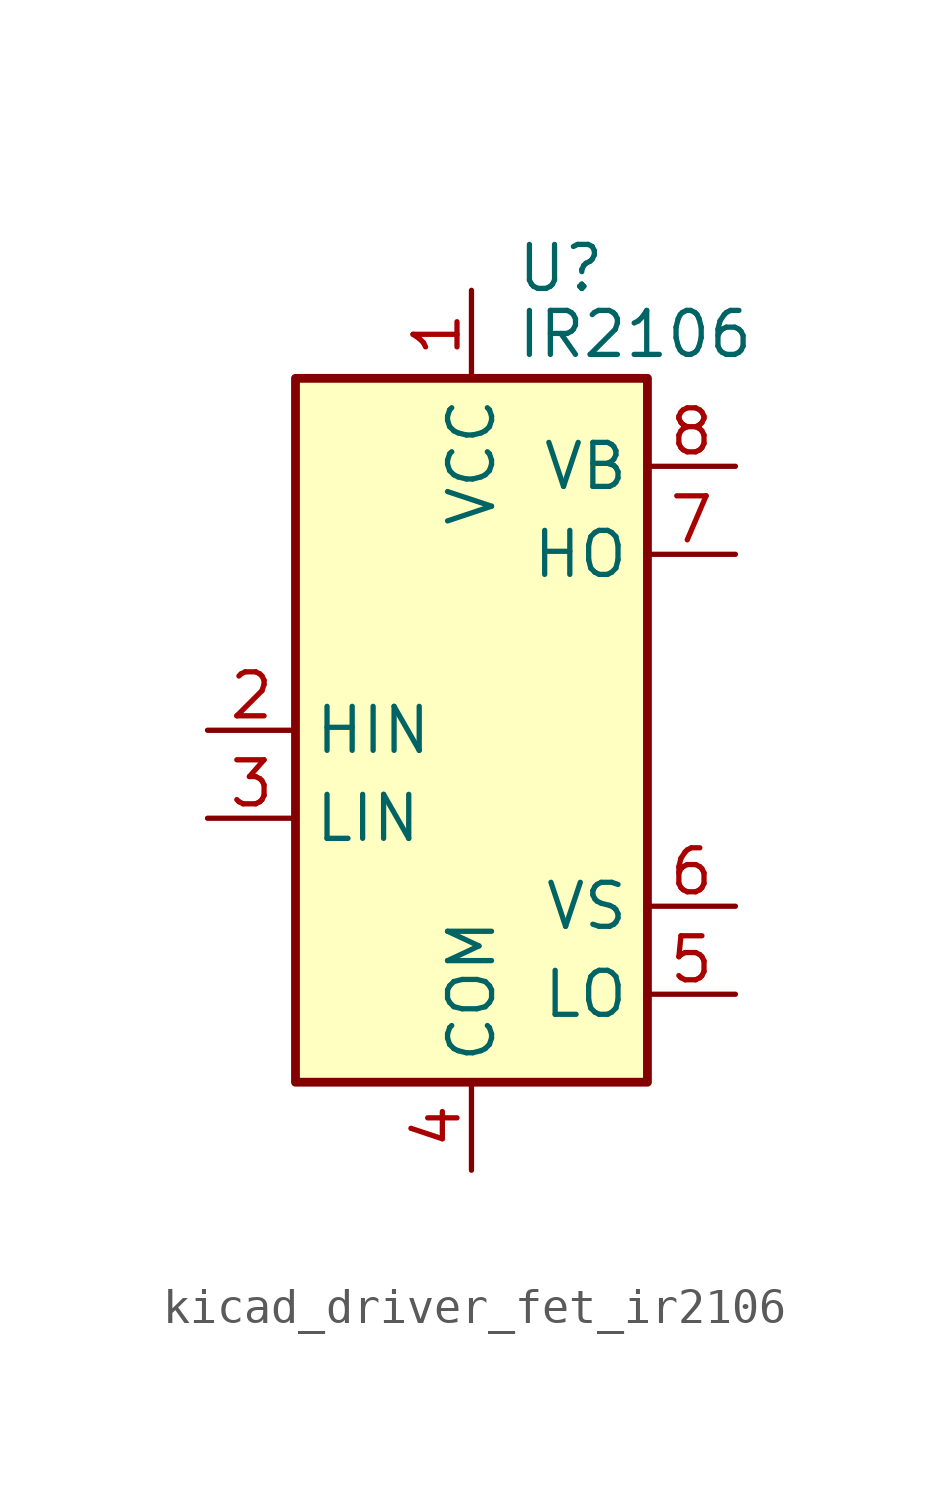
<source format=kicad_sym>
(kicad_symbol_lib
  (version 20220914)
  (generator kicad_symbol_editor)
  (symbol "kicad_driver_fet_ir2106"
    (property "Reference" "U"
      (at 1.27 13.335 0)
      (effects (font (size 1.27 1.27)) (justify left)))
    (property "Value" "IR2106"
      (at 1.27 11.43 0)
      (effects (font (size 1.27 1.27)) (justify left)))
    (symbol "kicad_driver_fet_ir2106_0_1"
      (rectangle (start -5.08 -10.16) (end 5.08 10.16) (stroke (width 0.254) (type default)) (fill (type background))))
    (symbol "kicad_driver_fet_ir2106_1_1"
      (pin power_in line (at 0 12.7 270) (length 2.54) (name "VCC" (effects (font (size 1.27 1.27)))) (number "1" (effects (font (size 1.27 1.27)))))
      (pin input line (at -7.62 0 0) (length 2.54) (name "HIN" (effects (font (size 1.27 1.27)))) (number "2" (effects (font (size 1.27 1.27)))))
      (pin input line (at -7.62 -2.54 0) (length 2.54) (name "LIN" (effects (font (size 1.27 1.27)))) (number "3" (effects (font (size 1.27 1.27)))))
      (pin power_in line (at 0 -12.7 90) (length 2.54) (name "COM" (effects (font (size 1.27 1.27)))) (number "4" (effects (font (size 1.27 1.27)))))
      (pin output line (at 7.62 -7.62 180) (length 2.54) (name "LO" (effects (font (size 1.27 1.27)))) (number "5" (effects (font (size 1.27 1.27)))))
      (pin passive line (at 7.62 -5.08 180) (length 2.54) (name "VS" (effects (font (size 1.27 1.27)))) (number "6" (effects (font (size 1.27 1.27)))))
      (pin output line (at 7.62 5.08 180) (length 2.54) (name "HO" (effects (font (size 1.27 1.27)))) (number "7" (effects (font (size 1.27 1.27)))))
      (pin passive line (at 7.62 7.62 180) (length 2.54) (name "VB" (effects (font (size 1.27 1.27)))) (number "8" (effects (font (size 1.27 1.27))))))))
</source>
